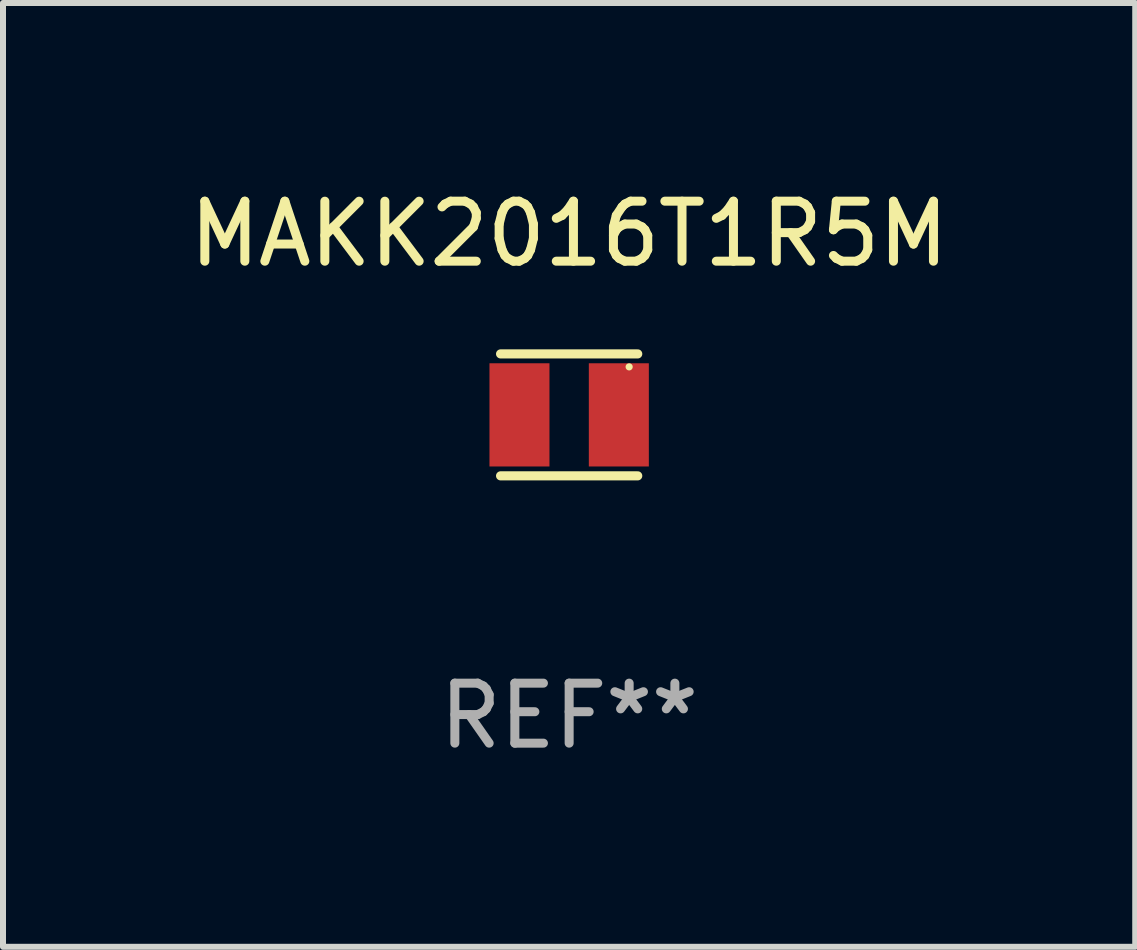
<source format=kicad_pcb>
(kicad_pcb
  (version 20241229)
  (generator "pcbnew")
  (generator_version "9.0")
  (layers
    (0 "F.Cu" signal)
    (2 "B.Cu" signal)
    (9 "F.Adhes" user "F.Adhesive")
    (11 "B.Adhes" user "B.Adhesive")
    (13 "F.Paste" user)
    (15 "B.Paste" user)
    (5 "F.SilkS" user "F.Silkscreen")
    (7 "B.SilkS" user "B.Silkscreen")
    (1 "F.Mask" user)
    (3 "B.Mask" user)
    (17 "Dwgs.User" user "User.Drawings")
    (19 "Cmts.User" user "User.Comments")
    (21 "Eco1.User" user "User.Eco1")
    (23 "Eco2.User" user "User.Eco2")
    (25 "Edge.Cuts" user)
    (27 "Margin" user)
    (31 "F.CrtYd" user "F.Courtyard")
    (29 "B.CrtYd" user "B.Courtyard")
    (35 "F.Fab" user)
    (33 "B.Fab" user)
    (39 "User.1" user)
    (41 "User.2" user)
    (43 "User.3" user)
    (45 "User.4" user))
  (footprint "MAKK2016T1R5M"
    (layer "F.Cu")
    (at 6.435 3.864)
    (property "Reference" "MAKK2016T1R5M" (at 0 -3.016 0) (layer "F.SilkS") (effects (font (size 1 1) (thickness 0.15))))
    (attr through_hole)
    (fp_line (start -1.143 -1.016) (end 1.143 -1.016) (stroke (width 0.152) (type solid)) (layer "F.SilkS"))
    (fp_line (start 1.143 1.016) (end -1.143 1.016) (stroke (width 0.152) (type solid)) (layer "F.SilkS"))
    (fp_circle (center 1 -0.8) (end 1.03 -0.8) (stroke (width 0.06) (type solid)) (fill no) (layer "F.SilkS"))
    (fp_text user "REF**" (at 0 5.016 0) (layer "F.Fab") (effects (font (size 1 1) (thickness 0.15))))
    (pad "1" smd rect (at 0.828 0) (size 1 1.72) (layers "F.Cu" "F.Mask" "F.Paste"))
    (pad "2" smd rect (at -0.828 0) (size 1 1.72) (layers "F.Cu" "F.Mask" "F.Paste")))
  (gr_rect
    (start -3 -3)
    (end 15.869 12.729)
    (stroke (width 0.1) (type default))
    (fill no)
    (layer "Edge.Cuts")))
</source>
